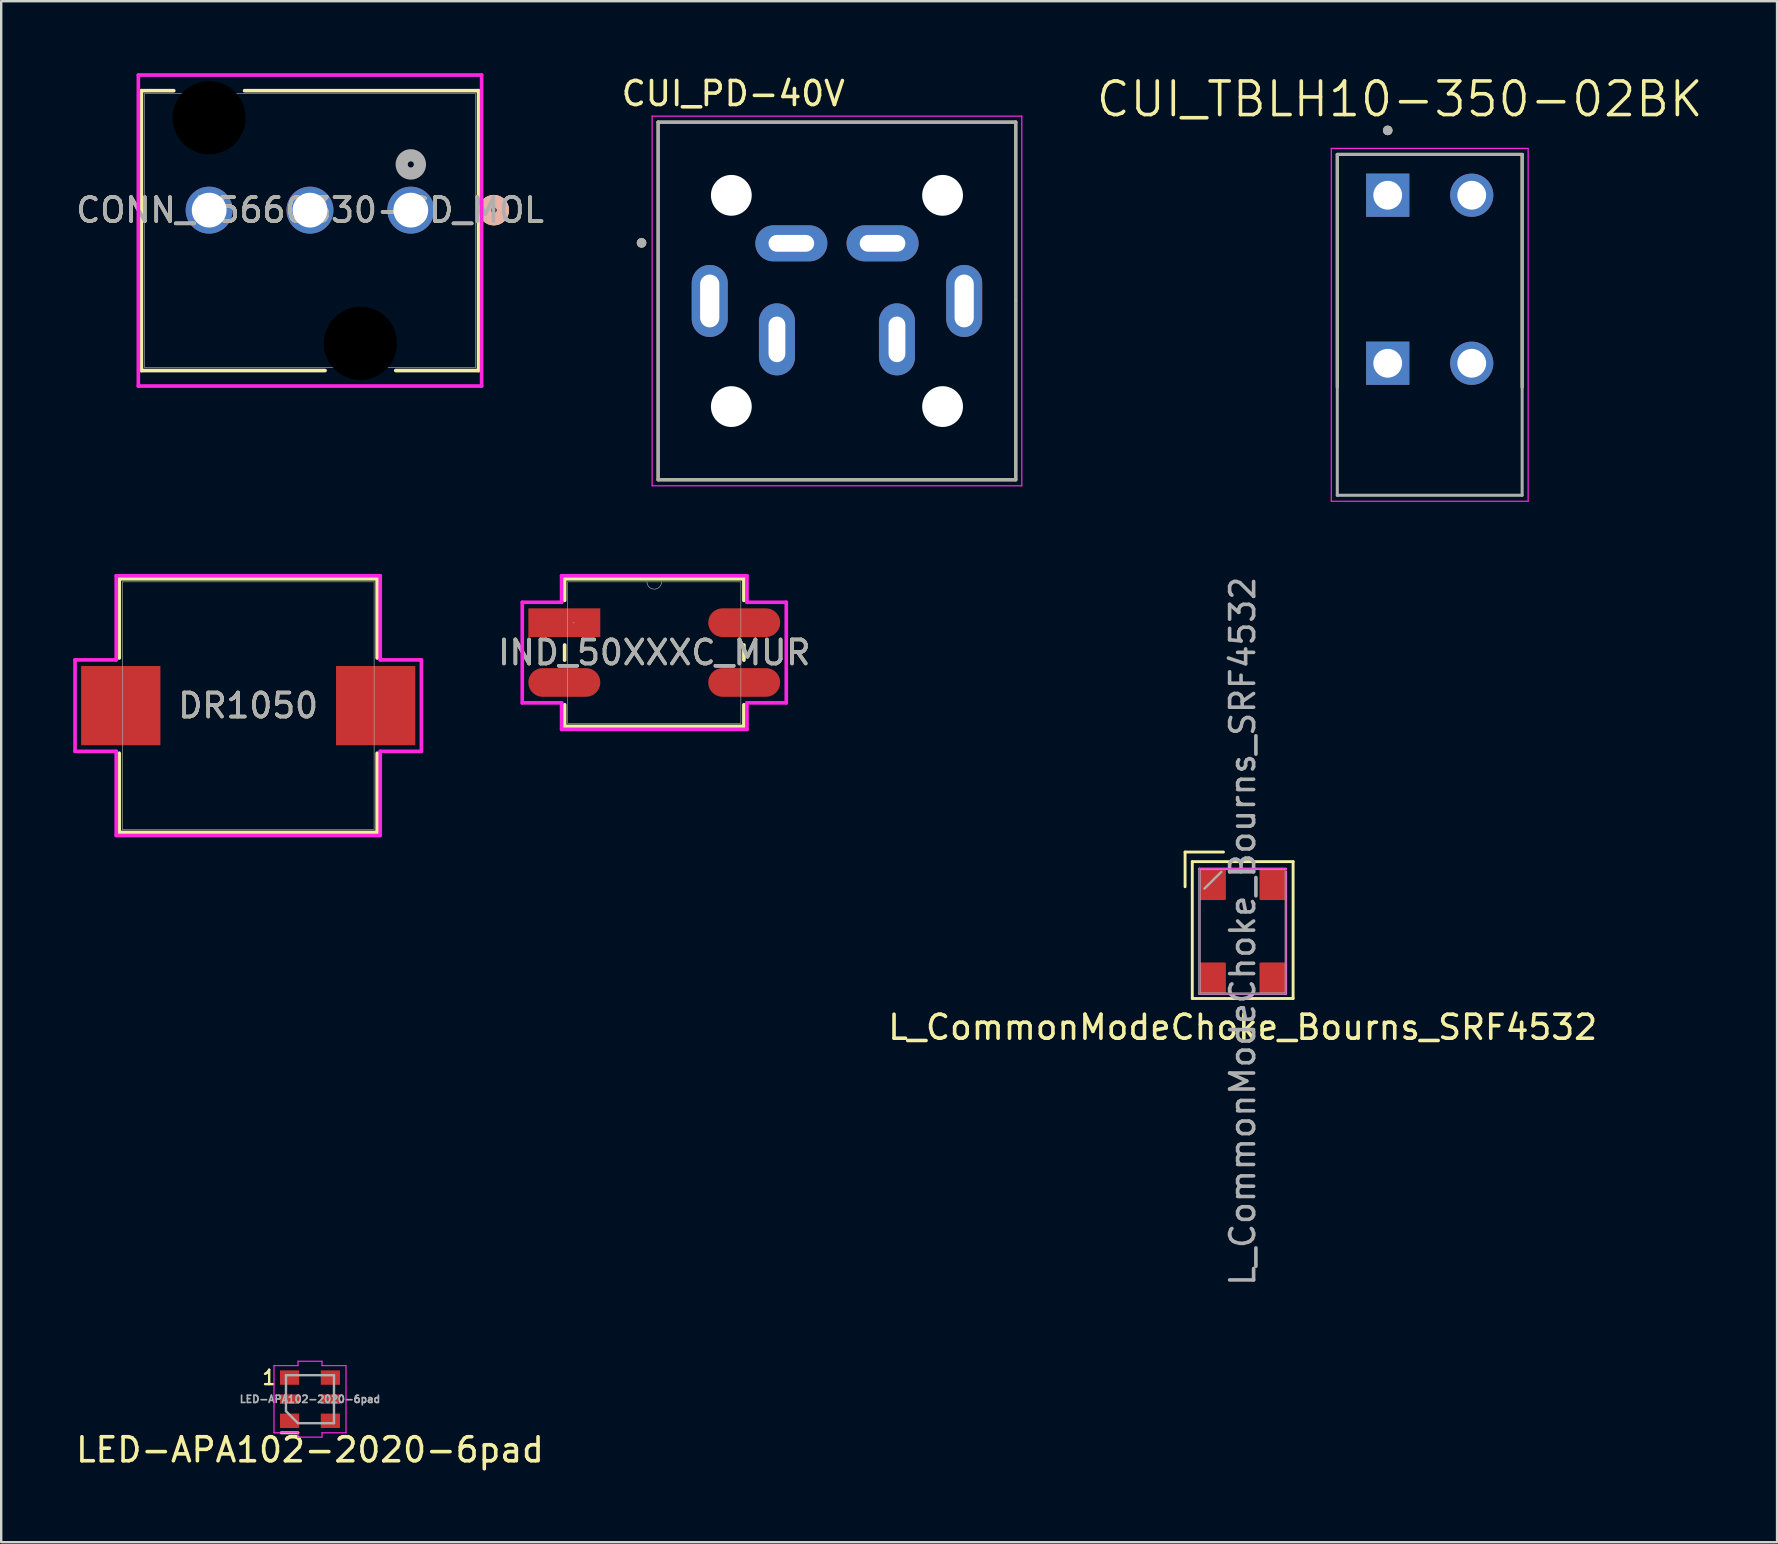
<source format=kicad_pcb>
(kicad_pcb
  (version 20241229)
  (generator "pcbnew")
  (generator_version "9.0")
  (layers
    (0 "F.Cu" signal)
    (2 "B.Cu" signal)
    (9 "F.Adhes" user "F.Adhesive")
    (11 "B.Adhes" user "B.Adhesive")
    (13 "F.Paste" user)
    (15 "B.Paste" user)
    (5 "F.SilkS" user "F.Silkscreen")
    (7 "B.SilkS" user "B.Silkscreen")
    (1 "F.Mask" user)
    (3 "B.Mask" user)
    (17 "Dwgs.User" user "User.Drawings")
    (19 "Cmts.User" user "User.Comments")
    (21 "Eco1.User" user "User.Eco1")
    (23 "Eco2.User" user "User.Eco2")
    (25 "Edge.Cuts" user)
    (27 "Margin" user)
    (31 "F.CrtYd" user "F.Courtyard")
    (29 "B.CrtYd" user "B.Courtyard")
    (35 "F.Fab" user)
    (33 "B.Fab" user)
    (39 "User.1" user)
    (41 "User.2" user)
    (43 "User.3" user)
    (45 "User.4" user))
  (footprint "IND_50XXXC_MUR"
    (layer "F.Cu")
    (at 24.205 24.134)
    (property "Reference" "IND_50XXXC_MUR" (at 0 0 0) (unlocked yes) (layer "F.SilkS") (effects (font (size 1 1) (thickness 0.15))))
    (attr smd)
    (fp_line (start -3.734 -3.073) (end -3.734 -2.174) (stroke (width 0.152) (type solid)) (layer "F.SilkS"))
    (fp_line (start -3.734 -0.315) (end -3.734 0.315) (stroke (width 0.152) (type solid)) (layer "F.SilkS"))
    (fp_line (start -3.734 2.174) (end -3.734 3.073) (stroke (width 0.152) (type solid)) (layer "F.SilkS"))
    (fp_line (start -3.734 3.073) (end 3.734 3.073) (stroke (width 0.152) (type solid)) (layer "F.SilkS"))
    (fp_line (start 3.734 -3.073) (end -3.734 -3.073) (stroke (width 0.152) (type solid)) (layer "F.SilkS"))
    (fp_line (start 3.734 -2.174) (end 3.734 -3.073) (stroke (width 0.152) (type solid)) (layer "F.SilkS"))
    (fp_line (start 3.734 0.315) (end 3.734 -0.315) (stroke (width 0.152) (type solid)) (layer "F.SilkS"))
    (fp_line (start 3.734 3.073) (end 3.734 2.174) (stroke (width 0.152) (type solid)) (layer "F.SilkS"))
    (fp_line (start -5.499 -2.095) (end -3.861 -2.095) (stroke (width 0.152) (type solid)) (layer "F.CrtYd"))
    (fp_line (start -5.499 2.095) (end -5.499 -2.095) (stroke (width 0.152) (type solid)) (layer "F.CrtYd"))
    (fp_line (start -5.499 2.095) (end -3.861 2.095) (stroke (width 0.152) (type solid)) (layer "F.CrtYd"))
    (fp_line (start -3.861 -3.2) (end 3.861 -3.2) (stroke (width 0.152) (type solid)) (layer "F.CrtYd"))
    (fp_line (start -3.861 -2.095) (end -3.861 -3.2) (stroke (width 0.152) (type solid)) (layer "F.CrtYd"))
    (fp_line (start -3.861 3.2) (end -3.861 2.095) (stroke (width 0.152) (type solid)) (layer "F.CrtYd"))
    (fp_line (start 3.861 -3.2) (end 3.861 -2.095) (stroke (width 0.152) (type solid)) (layer "F.CrtYd"))
    (fp_line (start 3.861 2.095) (end 3.861 3.2) (stroke (width 0.152) (type solid)) (layer "F.CrtYd"))
    (fp_line (start 3.861 3.2) (end -3.861 3.2) (stroke (width 0.152) (type solid)) (layer "F.CrtYd"))
    (fp_line (start 5.499 -2.095) (end 3.861 -2.095) (stroke (width 0.152) (type solid)) (layer "F.CrtYd"))
    (fp_line (start 5.499 -2.095) (end 5.499 2.095) (stroke (width 0.152) (type solid)) (layer "F.CrtYd"))
    (fp_line (start 5.499 2.095) (end 3.861 2.095) (stroke (width 0.152) (type solid)) (layer "F.CrtYd"))
    (fp_line (start -3.607 -2.946) (end -3.607 2.946) (stroke (width 0.025) (type solid)) (layer "F.Fab"))
    (fp_line (start -3.607 2.946) (end 3.607 2.946) (stroke (width 0.025) (type solid)) (layer "F.Fab"))
    (fp_line (start 3.607 -2.946) (end -3.607 -2.946) (stroke (width 0.025) (type solid)) (layer "F.Fab"))
    (fp_line (start 3.607 2.946) (end 3.607 -2.946) (stroke (width 0.025) (type solid)) (layer "F.Fab"))
    (fp_arc (start 0.3048 -2.9464) (mid 0 -2.6416) (end -0.3048 -2.9464) (stroke (width 0.0254) (type solid)) (layer "F.Fab"))
    (fp_circle (center -3.353 -1.245) (end -3.353 -1.245) (stroke (width 0.025) (type solid)) (fill no) (layer "F.Fab"))
    (fp_text user "${REFERENCE}" (at 0 0 0) (unlocked yes) (layer "F.Fab") (effects (font (size 1 1) (thickness 0.15))))
    (pad "1" smd rect (at -3.747 -1.245) (size 2.997 1.194) (layers "F.Cu" "F.Mask" "F.Paste"))
    (pad "2" smd oval (at -3.747 1.245) (size 2.997 1.194) (layers "F.Cu" "F.Mask" "F.Paste"))
    (pad "3" smd oval (at 3.747 1.245) (size 2.997 1.194) (layers "F.Cu" "F.Mask" "F.Paste"))
    (pad "4" smd oval (at 3.747 -1.245) (size 2.997 1.194) (layers "F.Cu" "F.Mask" "F.Paste")))
  (footprint "LED-APA102-2020-6pad"
    (layer "F.Cu")
    (at 9.863 55.236)
    (property "Reference" "LED-APA102-2020-6pad" (at 0 2.11 0) (layer "F.SilkS") (effects (font (size 1 1) (thickness 0.15))))
    (attr smd)
    (fp_line (start -1.2 1.4) (end -0.5 1.4) (stroke (width 0.12) (type solid)) (layer "F.SilkS"))
    (fp_line (start -1.5 -1.4) (end -1.5 1.4) (stroke (width 0.05) (type solid)) (layer "F.CrtYd"))
    (fp_line (start -1.5 -1.4) (end -0.5 -1.4) (stroke (width 0.05) (type solid)) (layer "F.CrtYd"))
    (fp_line (start -0.5 -1.58) (end 0.5 -1.58) (stroke (width 0.05) (type solid)) (layer "F.CrtYd"))
    (fp_line (start -0.5 -1.4) (end -0.5 -1.58) (stroke (width 0.05) (type solid)) (layer "F.CrtYd"))
    (fp_line (start -0.5 1.4) (end -1.5 1.4) (stroke (width 0.05) (type solid)) (layer "F.CrtYd"))
    (fp_line (start -0.5 1.4) (end -0.5 1.58) (stroke (width 0.05) (type solid)) (layer "F.CrtYd"))
    (fp_line (start -0.5 1.58) (end 0.5 1.58) (stroke (width 0.05) (type solid)) (layer "F.CrtYd"))
    (fp_line (start 0.5 -1.58) (end 0.5 -1.4) (stroke (width 0.05) (type solid)) (layer "F.CrtYd"))
    (fp_line (start 0.5 -1.4) (end 1.5 -1.4) (stroke (width 0.05) (type solid)) (layer "F.CrtYd"))
    (fp_line (start 0.5 1.58) (end 0.5 1.4) (stroke (width 0.05) (type solid)) (layer "F.CrtYd"))
    (fp_line (start 1.5 -1.4) (end 1.5 1.4) (stroke (width 0.05) (type solid)) (layer "F.CrtYd"))
    (fp_line (start 1.5 1.4) (end 0.5 1.4) (stroke (width 0.05) (type solid)) (layer "F.CrtYd"))
    (fp_line (start -1 -1) (end 1 -1) (stroke (width 0.1) (type solid)) (layer "F.Fab"))
    (fp_line (start -1 0.5) (end -1 -1) (stroke (width 0.1) (type solid)) (layer "F.Fab"))
    (fp_line (start -1 0.5) (end -0.5 1) (stroke (width 0.1) (type solid)) (layer "F.Fab"))
    (fp_line (start 1 -1) (end 1 1) (stroke (width 0.1) (type solid)) (layer "F.Fab"))
    (fp_line (start 1 1) (end -0.5 1) (stroke (width 0.1) (type solid)) (layer "F.Fab"))
    (fp_text user "1" (at -1.7 -0.9 0) (unlocked yes) (layer "F.SilkS") (effects (font (size 0.6 0.6) (thickness 0.1))))
    (fp_text user "${REFERENCE}" (at 0 0 0) (layer "F.Fab") (effects (font (size 0.3 0.3) (thickness 0.07))))
    (pad "1" smd rect (at -0.85 -0.9) (size 0.8 0.6) (layers "F.Cu" "F.Mask" "F.Paste"))
    (pad "2" smd rect (at -0.85 0) (size 0.8 0.4) (layers "F.Cu" "F.Mask" "F.Paste"))
    (pad "3" smd rect (at -0.85 0.9) (size 0.8 0.6) (layers "F.Cu" "F.Mask" "F.Paste"))
    (pad "4" smd rect (at 0.85 0.9) (size 0.8 0.6) (layers "F.Cu" "F.Mask" "F.Paste"))
    (pad "5" smd rect (at 0.85 0) (size 0.8 0.4) (layers "F.Cu" "F.Mask" "F.Paste"))
    (pad "6" smd rect (at 0.85 -0.9) (size 0.8 0.6) (layers "F.Cu" "F.Mask" "F.Paste")))
  (footprint "DR1050"
    (layer "F.Cu")
    (at 7.29 26.344)
    (property "Reference" "DR1050" (at 0 0 0) (unlocked yes) (layer "F.SilkS") (effects (font (size 1 1) (thickness 0.15))))
    (attr smd)
    (fp_line (start -5.372 -5.283) (end -5.372 -1.984) (stroke (width 0.152) (type solid)) (layer "F.SilkS"))
    (fp_line (start -5.372 1.984) (end -5.372 5.283) (stroke (width 0.152) (type solid)) (layer "F.SilkS"))
    (fp_line (start -5.372 5.283) (end 5.372 5.283) (stroke (width 0.152) (type solid)) (layer "F.SilkS"))
    (fp_line (start 5.372 -5.283) (end -5.372 -5.283) (stroke (width 0.152) (type solid)) (layer "F.SilkS"))
    (fp_line (start 5.372 -1.984) (end 5.372 -5.283) (stroke (width 0.152) (type solid)) (layer "F.SilkS"))
    (fp_line (start 5.372 5.283) (end 5.372 1.984) (stroke (width 0.152) (type solid)) (layer "F.SilkS"))
    (fp_line (start -7.214 -1.905) (end -5.499 -1.905) (stroke (width 0.152) (type solid)) (layer "F.CrtYd"))
    (fp_line (start -7.214 1.905) (end -7.214 -1.905) (stroke (width 0.152) (type solid)) (layer "F.CrtYd"))
    (fp_line (start -7.214 1.905) (end -5.499 1.905) (stroke (width 0.152) (type solid)) (layer "F.CrtYd"))
    (fp_line (start -5.499 -5.41) (end 5.499 -5.41) (stroke (width 0.152) (type solid)) (layer "F.CrtYd"))
    (fp_line (start -5.499 -1.905) (end -5.499 -5.41) (stroke (width 0.152) (type solid)) (layer "F.CrtYd"))
    (fp_line (start -5.499 1.905) (end -5.499 5.41) (stroke (width 0.152) (type solid)) (layer "F.CrtYd"))
    (fp_line (start -5.499 5.41) (end 5.499 5.41) (stroke (width 0.152) (type solid)) (layer "F.CrtYd"))
    (fp_line (start 5.499 -5.41) (end 5.499 -1.905) (stroke (width 0.152) (type solid)) (layer "F.CrtYd"))
    (fp_line (start 5.499 -1.905) (end 7.214 -1.905) (stroke (width 0.152) (type solid)) (layer "F.CrtYd"))
    (fp_line (start 5.499 1.905) (end 7.214 1.905) (stroke (width 0.152) (type solid)) (layer "F.CrtYd"))
    (fp_line (start 5.499 5.41) (end 5.499 1.905) (stroke (width 0.152) (type solid)) (layer "F.CrtYd"))
    (fp_line (start 7.214 -1.905) (end 7.214 1.905) (stroke (width 0.152) (type solid)) (layer "F.CrtYd"))
    (fp_line (start -5.245 -5.156) (end -5.245 5.156) (stroke (width 0.025) (type solid)) (layer "F.Fab"))
    (fp_line (start -5.245 5.156) (end 5.245 5.156) (stroke (width 0.025) (type solid)) (layer "F.Fab"))
    (fp_line (start 5.245 -5.156) (end -5.245 -5.156) (stroke (width 0.025) (type solid)) (layer "F.Fab"))
    (fp_line (start 5.245 5.156) (end 5.245 -5.156) (stroke (width 0.025) (type solid)) (layer "F.Fab"))
    (fp_text user "${REFERENCE}" (at 0 0 0) (unlocked yes) (layer "F.Fab") (effects (font (size 1 1) (thickness 0.15))))
    (pad "1" smd rect (at -5.309 0) (size 3.302 3.302) (layers "F.Cu" "F.Mask" "F.Paste"))
    (pad "2" smd rect (at 5.309 0) (size 3.302 3.302) (layers "F.Cu" "F.Mask" "F.Paste"))
    (zone (net_name "") (layer "F.Cu") (hatch full 0.508) (connect_pads) (min_thickness 0.254) (filled_areas_thickness no) (keepout (tracks not_allowed) (vias not_allowed) (pads allowed) (copperpour not_allowed) (footprints allowed)) (placement (enabled no)) (fill) (polygon (pts (xy 3.683 21.238) (xy 10.897 21.238) (xy 10.897 31.449) (xy 3.683 31.449)))))
  (footprint "CONN_55660330-SD_MOL"
    (layer "F.Cu")
    (at 14.063 5.704)
    (property "Reference" "CONN_55660330-SD_MOL" (at -4.2 0 0) (unlocked yes) (layer "F.SilkS") (effects (font (size 1 1) (thickness 0.15))))
    (attr through_hole)
    (fp_line (start -11.223 -4.977) (end -11.223 6.682) (stroke (width 0.152) (type solid)) (layer "F.SilkS"))
    (fp_line (start -11.223 6.682) (end -3.572 6.682) (stroke (width 0.152) (type solid)) (layer "F.SilkS"))
    (fp_line (start -9.876 -4.977) (end -11.223 -4.977) (stroke (width 0.152) (type solid)) (layer "F.SilkS"))
    (fp_line (start -0.628 6.682) (end 2.823 6.682) (stroke (width 0.152) (type solid)) (layer "F.SilkS"))
    (fp_line (start 2.823 -4.977) (end -6.924 -4.977) (stroke (width 0.152) (type solid)) (layer "F.SilkS"))
    (fp_line (start 2.823 6.682) (end 2.823 -4.977) (stroke (width 0.152) (type solid)) (layer "F.SilkS"))
    (fp_circle (center 3.458 0) (end 3.839 0) (stroke (width 0.508) (type solid)) (fill no) (layer "F.SilkS"))
    (fp_circle (center 3.458 0) (end 3.839 0) (stroke (width 0.508) (type solid)) (fill no) (layer "B.SilkS"))
    (fp_line (start -11.35 -5.628) (end -11.35 7.328) (stroke (width 0.152) (type solid)) (layer "F.CrtYd"))
    (fp_line (start -11.35 7.328) (end 2.95 7.328) (stroke (width 0.152) (type solid)) (layer "F.CrtYd"))
    (fp_line (start 2.95 -5.628) (end -11.35 -5.628) (stroke (width 0.152) (type solid)) (layer "F.CrtYd"))
    (fp_line (start 2.95 7.328) (end 2.95 -5.628) (stroke (width 0.152) (type solid)) (layer "F.CrtYd"))
    (fp_line (start -11.096 -4.85) (end -11.096 6.555) (stroke (width 0.025) (type solid)) (layer "F.Fab"))
    (fp_line (start -11.096 6.555) (end 2.696 6.555) (stroke (width 0.025) (type solid)) (layer "F.Fab"))
    (fp_line (start 2.696 -4.85) (end -11.096 -4.85) (stroke (width 0.025) (type solid)) (layer "F.Fab"))
    (fp_line (start 2.696 6.555) (end 2.696 -4.85) (stroke (width 0.025) (type solid)) (layer "F.Fab"))
    (fp_circle (center 0 -1.905) (end 0.381 -1.905) (stroke (width 0.508) (type solid)) (fill no) (layer "F.Fab"))
    (fp_text user "${REFERENCE}" (at -4.2 0 0) (unlocked yes) (layer "F.Fab") (effects (font (size 1 1) (thickness 0.15))))
    (pad "" np_thru_hole circle (at -8.4 -3.85) (size 3.048 3.048) (drill 3.048) (layers))
    (pad "" np_thru_hole circle (at -2.1 5.55) (size 3.048 3.048) (drill 3.048) (layers))
    (pad "1" thru_hole circle (at 0 0) (size 1.956 1.956) (drill 1.448) (layers "*.Cu" "*.Mask"))
    (pad "2" thru_hole circle (at -4.2 0) (size 1.956 1.956) (drill 1.448) (layers "*.Cu" "*.Mask"))
    (pad "3" thru_hole circle (at -8.4 0) (size 1.956 1.956) (drill 1.448) (layers "*.Cu" "*.Mask")))
  (footprint "CUI_TBLH10-350-02BK"
    (layer "F.Cu")
    (at 54.758 5.082)
    (property "Reference" "CUI_TBLH10-350-02BK" (at 0.5 -4 0) (layer "F.SilkS") (effects (font (size 1.4 1.4) (thickness 0.15))))
    (attr through_hole)
    (fp_line (start -2.1 -1.7) (end 5.6 -1.7) (stroke (width 0.127) (type solid)) (layer "F.SilkS"))
    (fp_line (start -2.1 8) (end -2.1 -1.7) (stroke (width 0.127) (type solid)) (layer "F.SilkS"))
    (fp_line (start 5.6 -1.7) (end 5.6 8) (stroke (width 0.127) (type solid)) (layer "F.SilkS"))
    (fp_circle (center 0 -2.7) (end 0.1 -2.7) (stroke (width 0.2) (type solid)) (fill no) (layer "F.SilkS"))
    (fp_line (start -2.35 -1.95) (end 5.85 -1.95) (stroke (width 0.05) (type solid)) (layer "F.CrtYd"))
    (fp_line (start -2.35 12.75) (end -2.35 -1.95) (stroke (width 0.05) (type solid)) (layer "F.CrtYd"))
    (fp_line (start 5.85 -1.95) (end 5.85 12.75) (stroke (width 0.05) (type solid)) (layer "F.CrtYd"))
    (fp_line (start 5.85 12.75) (end -2.35 12.75) (stroke (width 0.05) (type solid)) (layer "F.CrtYd"))
    (fp_line (start -2.1 -1.7) (end 5.6 -1.7) (stroke (width 0.127) (type solid)) (layer "F.Fab"))
    (fp_line (start -2.1 12.5) (end -2.1 -1.7) (stroke (width 0.127) (type solid)) (layer "F.Fab"))
    (fp_line (start 5.6 -1.7) (end 5.6 12.5) (stroke (width 0.127) (type solid)) (layer "F.Fab"))
    (fp_line (start 5.6 12.5) (end -2.1 12.5) (stroke (width 0.127) (type solid)) (layer "F.Fab"))
    (fp_circle (center 0 -2.7) (end 0.1 -2.7) (stroke (width 0.2) (type solid)) (fill no) (layer "F.Fab"))
    (pad "1" thru_hole rect (at 0 0) (size 1.8 1.8) (drill 1.2) (layers "*.Cu" "*.Mask"))
    (pad "1" thru_hole rect (at 0 7) (size 1.8 1.8) (drill 1.2) (layers "*.Cu" "*.Mask"))
    (pad "2" thru_hole circle (at 3.5 0) (size 1.8 1.8) (drill 1.2) (layers "*.Cu" "*.Mask"))
    (pad "2" thru_hole circle (at 3.5 7) (size 1.8 1.8) (drill 1.2) (layers "*.Cu" "*.Mask")))
  (footprint "CUI_PD-40V"
    (layer "F.Cu")
    (at 31.815 9.487)
    (property "Reference" "CUI_PD-40V" (at -4.32 -8.639 0) (layer "F.SilkS") (effects (font (size 1 1) (thickness 0.15))))
    (attr through_hole)
    (fp_line (start -7.45 -7.45) (end 7.45 -7.45) (stroke (width 0.127) (type solid)) (layer "F.SilkS"))
    (fp_line (start -7.45 7.45) (end -7.45 -7.45) (stroke (width 0.127) (type solid)) (layer "F.SilkS"))
    (fp_line (start 7.45 -7.45) (end 7.45 7.45) (stroke (width 0.127) (type solid)) (layer "F.SilkS"))
    (fp_line (start 7.45 7.45) (end -7.45 7.45) (stroke (width 0.127) (type solid)) (layer "F.SilkS"))
    (fp_circle (center -8.14 -2.42) (end -8.04 -2.42) (stroke (width 0.2) (type solid)) (fill no) (layer "F.SilkS"))
    (fp_line (start 7.46 0) (end 7.46 -0.02) (stroke (width 0.05) (type solid)) (layer "Dwgs.User"))
    (fp_line (start -7.7 -7.7) (end 7.7 -7.7) (stroke (width 0.05) (type solid)) (layer "F.CrtYd"))
    (fp_line (start -7.7 7.7) (end -7.7 -7.7) (stroke (width 0.05) (type solid)) (layer "F.CrtYd"))
    (fp_line (start 7.7 -7.7) (end 7.7 7.7) (stroke (width 0.05) (type solid)) (layer "F.CrtYd"))
    (fp_line (start 7.7 7.7) (end -7.7 7.7) (stroke (width 0.05) (type solid)) (layer "F.CrtYd"))
    (fp_line (start -7.45 -7.45) (end 7.45 -7.45) (stroke (width 0.127) (type solid)) (layer "F.Fab"))
    (fp_line (start -7.45 7.45) (end -7.45 -7.45) (stroke (width 0.127) (type solid)) (layer "F.Fab"))
    (fp_line (start 7.45 -7.45) (end 7.45 7.45) (stroke (width 0.127) (type solid)) (layer "F.Fab"))
    (fp_line (start 7.45 7.45) (end -7.45 7.45) (stroke (width 0.127) (type solid)) (layer "F.Fab"))
    (fp_circle (center -8.14 -2.42) (end -8.04 -2.42) (stroke (width 0.2) (type solid)) (fill no) (layer "F.Fab"))
    (pad "" np_thru_hole circle (at -4.4 -4.4) (size 1.7 1.7) (drill 1.7) (layers "*.Cu" "*.Mask"))
    (pad "" np_thru_hole circle (at -4.4 4.4) (size 1.7 1.7) (drill 1.7) (layers "*.Cu" "*.Mask"))
    (pad "" np_thru_hole circle (at 4.4 -4.4) (size 1.7 1.7) (drill 1.7) (layers "*.Cu" "*.Mask"))
    (pad "" np_thru_hole circle (at 4.4 4.4) (size 1.7 1.7) (drill 1.7) (layers "*.Cu" "*.Mask"))
    (pad "1" thru_hole oval (at -1.9 -2.4) (size 3 1.5) (drill oval 1.9 0.7) (layers "*.Cu" "*.Mask"))
    (pad "2" thru_hole oval (at 1.9 -2.4) (size 3 1.5) (drill oval 1.9 0.7) (layers "*.Cu" "*.Mask"))
    (pad "3" thru_hole oval (at -2.5 1.6) (size 1.5 3) (drill oval 0.7 1.9) (layers "*.Cu" "*.Mask"))
    (pad "4" thru_hole oval (at 2.5 1.6) (size 1.5 3) (drill oval 0.7 1.9) (layers "*.Cu" "*.Mask"))
    (pad "SH" thru_hole oval (at -5.3 0) (size 1.5 3) (drill oval 0.8 2.2) (layers "*.Cu" "*.Mask"))
    (pad "SH" thru_hole oval (at 5.3 0) (size 1.5 3) (drill oval 0.8 2.2) (layers "*.Cu" "*.Mask")))
  (footprint "L_CommonModeChoke_Bourns_SRF4532"
    (layer "F.Cu")
    (at 48.717 35.744)
    (property "Reference" "L_CommonModeChoke_Bourns_SRF4532" (at 0 4 0) (layer "F.SilkS") (effects (font (size 1 1) (thickness 0.15))))
    (attr smd)
    (fp_line (start -2.4 -3.3) (end -2.4 -1.855) (stroke (width 0.12) (type solid)) (layer "F.SilkS"))
    (fp_line (start -2.4 -3.3) (end -0.8 -3.3) (stroke (width 0.12) (type solid)) (layer "F.SilkS"))
    (fp_line (start -2.1 -2.9) (end -2.1 2.8) (stroke (width 0.12) (type solid)) (layer "F.SilkS"))
    (fp_line (start -2.1 -2.9) (end 2.1 -2.9) (stroke (width 0.12) (type solid)) (layer "F.SilkS"))
    (fp_line (start -2.1 2.8) (end 2.1 2.8) (stroke (width 0.12) (type solid)) (layer "F.SilkS"))
    (fp_line (start 2.1 -2.9) (end 2.1 2.8) (stroke (width 0.12) (type solid)) (layer "F.SilkS"))
    (fp_line (start -1.8 -2.6) (end 1.8 -2.6) (stroke (width 0.05) (type solid)) (layer "F.CrtYd"))
    (fp_line (start -1.8 2.6) (end -1.8 -2.6) (stroke (width 0.05) (type solid)) (layer "F.CrtYd"))
    (fp_line (start -1.8 2.6) (end 1.8 2.6) (stroke (width 0.05) (type solid)) (layer "F.CrtYd"))
    (fp_line (start 1.8 2.6) (end 1.8 -2.6) (stroke (width 0.05) (type solid)) (layer "F.CrtYd"))
    (fp_line (start -1.8 -2.6) (end -1.8 2.6) (stroke (width 0.1) (type solid)) (layer "F.Fab"))
    (fp_line (start -1.8 -2.6) (end 1.8 -2.6) (stroke (width 0.1) (type solid)) (layer "F.Fab"))
    (fp_line (start -1.8 2.6) (end 1.8 2.6) (stroke (width 0.1) (type solid)) (layer "F.Fab"))
    (fp_line (start -1.59 -1.78) (end -0.89 -2.475) (stroke (width 0.1) (type solid)) (layer "F.Fab"))
    (fp_line (start 1.8 -2.475) (end 1.8 2.6) (stroke (width 0.1) (type solid)) (layer "F.Fab"))
    (fp_text user "${REFERENCE}" (at 0 0 90) (layer "F.Fab") (effects (font (size 1 1) (thickness 0.15))))
    (pad "1" smd roundrect (at -1.25 -1.95) (size 1.1 1.3) (layers "F.Cu" "F.Mask" "F.Paste") (roundrect_rratio 0.05))
    (pad "2" smd roundrect (at -1.25 1.95) (size 1.1 1.3) (layers "F.Cu" "F.Mask" "F.Paste") (roundrect_rratio 0.05))
    (pad "3" smd roundrect (at 1.25 1.95) (size 1.1 1.3) (layers "F.Cu" "F.Mask" "F.Paste") (roundrect_rratio 0.05))
    (pad "4" smd roundrect (at 1.25 -1.95) (size 1.1 1.3) (layers "F.Cu" "F.Mask" "F.Paste") (roundrect_rratio 0.05)))
  (gr_rect
    (start -3 -3)
    (end 70.977 61.194)
    (stroke (width 0.1) (type default))
    (fill no)
    (layer "Edge.Cuts")))
</source>
